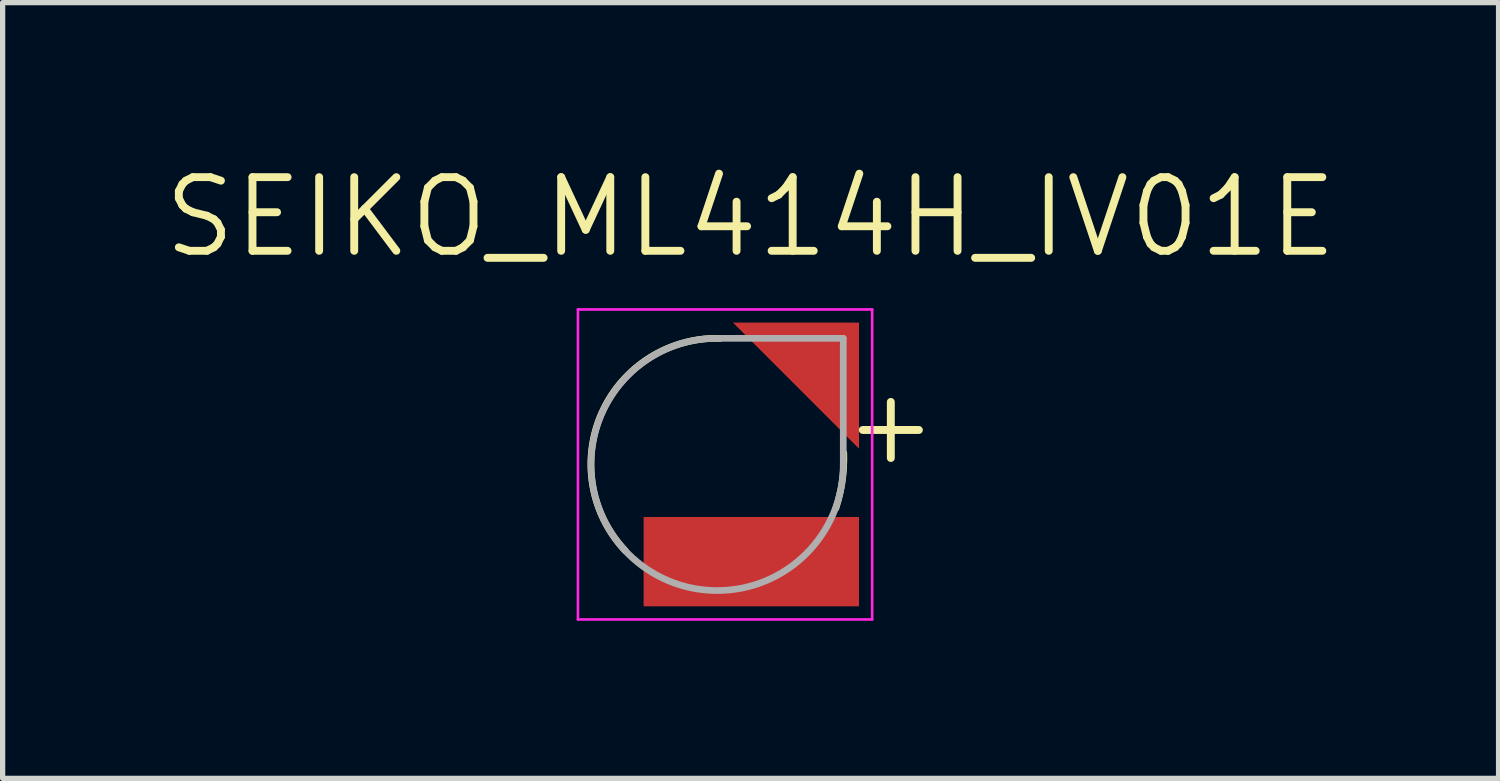
<source format=kicad_pcb>
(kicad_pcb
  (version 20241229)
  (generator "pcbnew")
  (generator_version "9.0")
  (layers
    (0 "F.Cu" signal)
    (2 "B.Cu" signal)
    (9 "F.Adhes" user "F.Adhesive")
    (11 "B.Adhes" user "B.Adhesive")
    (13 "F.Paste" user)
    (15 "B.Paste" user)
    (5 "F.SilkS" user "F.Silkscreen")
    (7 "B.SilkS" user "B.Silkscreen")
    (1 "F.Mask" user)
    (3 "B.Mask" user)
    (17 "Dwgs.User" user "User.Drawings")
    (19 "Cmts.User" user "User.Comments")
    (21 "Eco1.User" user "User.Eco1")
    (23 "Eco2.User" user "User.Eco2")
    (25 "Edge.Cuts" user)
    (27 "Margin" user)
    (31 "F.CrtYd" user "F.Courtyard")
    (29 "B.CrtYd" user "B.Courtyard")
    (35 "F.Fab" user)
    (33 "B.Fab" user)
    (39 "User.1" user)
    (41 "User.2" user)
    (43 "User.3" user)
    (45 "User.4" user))
  (footprint "SEIKO_ML414H_IV01E"
    (layer "F.Cu")
    (at 10.6 5.79)
    (property "Reference" "SEIKO_ML414H_IV01E" (at 0.636 -4.707 0) (layer "F.SilkS") (effects (font (size 1.402 1.402) (thickness 0.15))))
    (attr smd)
    (fp_poly (pts (xy 0 -2.8) (xy 2.8 -2.8) (xy 2.8 0)) (stroke (width 0.0001) (type solid)) (fill yes) (layer "F.Mask"))
    (fp_arc (start -1.75 1.639999) (mid -2.19472 -0.984702) (end 0.06 -2.4) (stroke (width 0.127) (type solid)) (layer "F.SilkS"))
    (fp_arc (start 2.41 -0.217) (mid 2.3808 0.313062) (end 2.26 0.83) (stroke (width 0.127) (type solid)) (layer "F.SilkS"))
    (fp_poly (pts (xy 0.3 -2.7) (xy 2.7 -2.7) (xy 2.7 -0.3)) (stroke (width 0.0001) (type solid)) (fill yes) (layer "F.Paste"))
    (fp_line (start -2.65 -2.95) (end 2.95 -2.95) (stroke (width 0.05) (type solid)) (layer "F.CrtYd"))
    (fp_line (start -2.65 2.95) (end -2.65 -2.95) (stroke (width 0.05) (type solid)) (layer "F.CrtYd"))
    (fp_line (start 2.95 -2.95) (end 2.95 2.95) (stroke (width 0.05) (type solid)) (layer "F.CrtYd"))
    (fp_line (start 2.95 2.95) (end -2.65 2.95) (stroke (width 0.05) (type solid)) (layer "F.CrtYd"))
    (fp_line (start 0 -2.4) (end 2.4 -2.4) (stroke (width 0.127) (type solid)) (layer "F.Fab"))
    (fp_line (start 2.4 -2.4) (end 2.4 0) (stroke (width 0.127) (type solid)) (layer "F.Fab"))
    (fp_arc (start 2.4 0) (mid -1.697056 1.697056) (end 0 -2.4) (stroke (width 0.127) (type solid)) (layer "F.Fab"))
    (fp_text user "+" (at 3.305 -0.763 0) (layer "F.SilkS") (effects (font (size 1.401 1.401) (thickness 0.15))))
    (pad "1" smd custom (at 2.1 -2.1) (size 1 1) (layers "F.Cu") (options (anchor rect)) (primitives (gr_poly (pts (xy -1.8 -0.6) (xy 0.6 -0.6) (xy 0.6 1.8)) (width 0.0001) (fill yes))))
    (pad "2" smd rect (at 0.65 1.85) (size 4.1 1.7) (layers "F.Cu" "F.Mask" "F.Paste")))
  (gr_rect
    (start -3 -3)
    (end 25.472 11.765)
    (stroke (width 0.1) (type default))
    (fill no)
    (layer "Edge.Cuts")))
</source>
